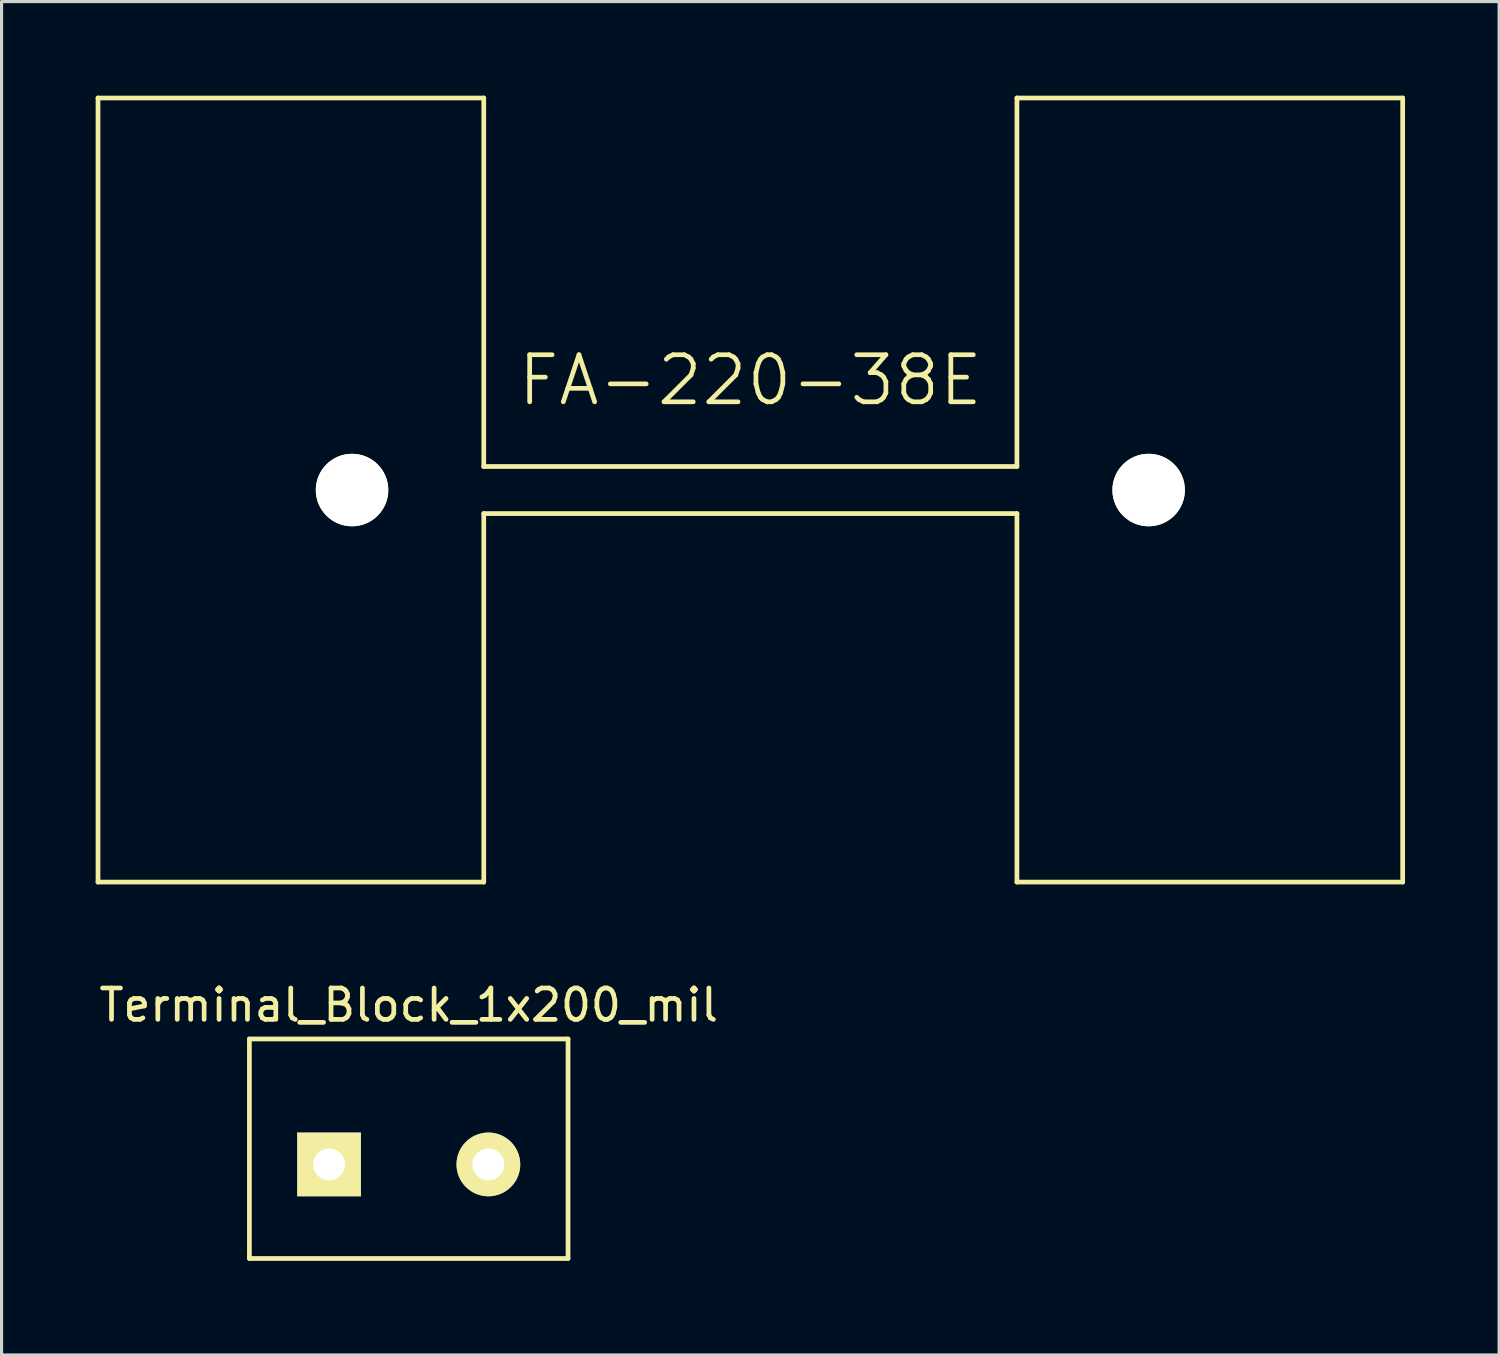
<source format=kicad_pcb>
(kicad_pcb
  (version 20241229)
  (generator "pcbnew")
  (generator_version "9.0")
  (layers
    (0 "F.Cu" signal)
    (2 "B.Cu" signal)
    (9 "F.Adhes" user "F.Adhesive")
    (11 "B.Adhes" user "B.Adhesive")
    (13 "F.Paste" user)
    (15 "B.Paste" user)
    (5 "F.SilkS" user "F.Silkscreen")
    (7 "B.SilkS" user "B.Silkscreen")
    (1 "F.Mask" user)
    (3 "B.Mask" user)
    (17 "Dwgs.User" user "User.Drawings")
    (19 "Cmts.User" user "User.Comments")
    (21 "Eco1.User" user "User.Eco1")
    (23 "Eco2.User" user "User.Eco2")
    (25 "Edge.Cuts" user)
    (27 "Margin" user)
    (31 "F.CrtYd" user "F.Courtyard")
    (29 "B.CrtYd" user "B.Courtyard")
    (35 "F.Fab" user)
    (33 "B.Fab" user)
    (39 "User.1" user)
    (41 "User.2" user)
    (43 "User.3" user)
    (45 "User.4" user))
  (footprint "Terminal_Block_1x200_mil"
    (layer "F.Cu")
    (at 9.982 34.078)
    (property "Reference" "Terminal_Block_1x200_mil" (at 0 -5.08 0) (layer "F.SilkS") (effects (font (size 1 1) (thickness 0.15))))
    (attr through_hole)
    (fp_line (start -5.08 -4) (end -5.08 3) (stroke (width 0.15) (type solid)) (layer "F.SilkS"))
    (fp_line (start -5.08 3) (end 5.08 3) (stroke (width 0.15) (type solid)) (layer "F.SilkS"))
    (fp_line (start 5.08 -4) (end -5.08 -4) (stroke (width 0.15) (type solid)) (layer "F.SilkS"))
    (fp_line (start 5.08 3) (end 5.08 -4) (stroke (width 0.15) (type solid)) (layer "F.SilkS"))
    (pad "1" thru_hole rect (at -2.54 0) (size 2.032 2.032) (drill 1.016) (layers "*.Cu" "*.Mask" "F.SilkS"))
    (pad "2" thru_hole oval (at 2.54 0) (size 2.032 2.032) (drill 1.016) (layers "*.Cu" "*.Mask" "F.SilkS")))
  (footprint "FA-220-38E"
    (layer "F.Cu")
    (at 20.875 12.575)
    (property "Reference" "FA-220-38E" (at 0 -3.5 0) (layer "F.SilkS") (effects (font (size 1.5 1.5) (thickness 0.15))))
    (attr through_hole)
    (fp_line (start -20.8 -12.5) (end -20.8 12.5) (stroke (width 0.15) (type solid)) (layer "F.SilkS"))
    (fp_line (start -20.8 12.5) (end -8.5 12.5) (stroke (width 0.15) (type solid)) (layer "F.SilkS"))
    (fp_line (start -8.5 -12.5) (end -20.8 -12.5) (stroke (width 0.15) (type solid)) (layer "F.SilkS"))
    (fp_line (start -8.5 -0.75) (end -8.5 -12.5) (stroke (width 0.15) (type solid)) (layer "F.SilkS"))
    (fp_line (start -8.5 0.75) (end 8.5 0.75) (stroke (width 0.15) (type solid)) (layer "F.SilkS"))
    (fp_line (start -8.5 12.5) (end -8.5 0.75) (stroke (width 0.15) (type solid)) (layer "F.SilkS"))
    (fp_line (start 8.5 -12.5) (end 8.5 -0.75) (stroke (width 0.15) (type solid)) (layer "F.SilkS"))
    (fp_line (start 8.5 -0.75) (end -8.5 -0.75) (stroke (width 0.15) (type solid)) (layer "F.SilkS"))
    (fp_line (start 8.5 0.75) (end 8.5 12.5) (stroke (width 0.15) (type solid)) (layer "F.SilkS"))
    (fp_line (start 8.5 12.5) (end 20.8 12.5) (stroke (width 0.15) (type solid)) (layer "F.SilkS"))
    (fp_line (start 20.8 -12.5) (end 8.5 -12.5) (stroke (width 0.15) (type solid)) (layer "F.SilkS"))
    (fp_line (start 20.8 12.5) (end 20.8 -12.5) (stroke (width 0.15) (type solid)) (layer "F.SilkS"))
    (pad "" np_thru_hole circle (at -12.7 0) (size 2.311 2.311) (drill 2.311) (layers "*.Cu" "*.Mask" "F.SilkS"))
    (pad "" np_thru_hole circle (at 12.7 0) (size 2.311 2.311) (drill 2.311) (layers "*.Cu" "*.Mask" "F.SilkS")))
  (gr_rect
    (start -3 -3)
    (end 44.75 40.153)
    (stroke (width 0.1) (type default))
    (fill no)
    (layer "Edge.Cuts")))
</source>
